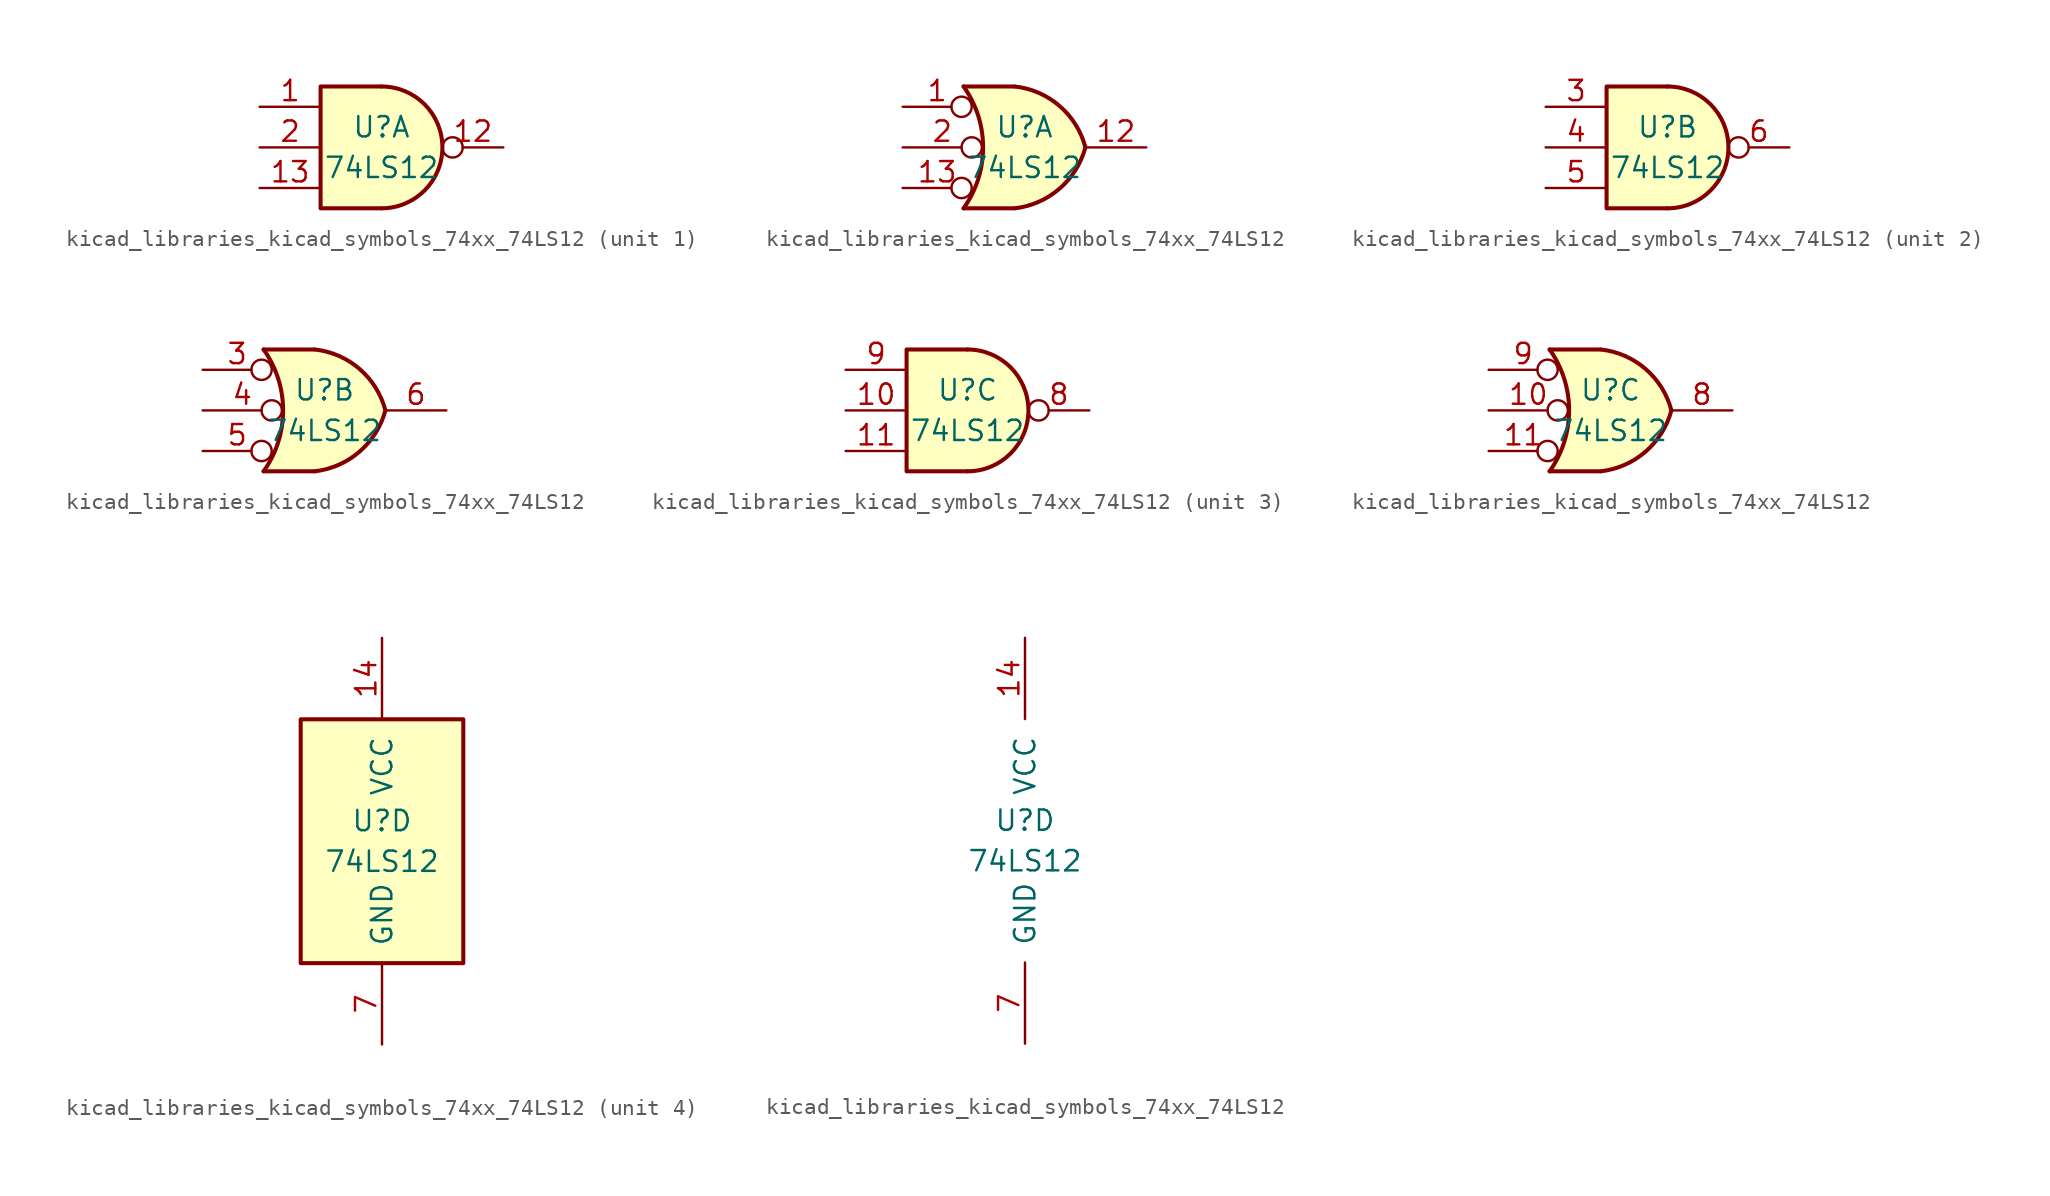
<source format=kicad_sym>
(kicad_symbol_lib
  (version 20220914)
  (generator kicad_symbol_editor)
  (symbol "kicad_libraries_kicad_symbols_74xx_74LS12"
    (pin_names
      (offset 1.016))
    (property "Reference" "U"
      (at 0 1.27 0)
      (effects (font (size 1.27 1.27))))
    (property "Value" "74LS12"
      (at 0 -1.27 0)
      (effects (font (size 1.27 1.27))))
    (property "ki_locked" ""
      (at 0 0 0)
      (effects (font (size 1.27 1.27))))
    (symbol "kicad_libraries_kicad_symbols_74xx_74LS12_1_1"
      (arc (start 0 -3.81) (mid 3.7934 0) (end 0 3.81) (stroke (width 0.254) (type default)) (fill (type background)))
      (polyline (pts (xy 0 3.81) (xy -3.81 3.81) (xy -3.81 -3.81) (xy 0 -3.81)) (stroke (width 0.254) (type default)) (fill (type background)))
      (pin input line (at -7.62 2.54 0) (length 3.81) (name "~" (effects (font (size 1.27 1.27)))) (number "1" (effects (font (size 1.27 1.27)))))
      (pin open_collector inverted (at 7.62 0 180) (length 3.81) (name "~" (effects (font (size 1.27 1.27)))) (number "12" (effects (font (size 1.27 1.27)))))
      (pin input line (at -7.62 -2.54 0) (length 3.81) (name "~" (effects (font (size 1.27 1.27)))) (number "13" (effects (font (size 1.27 1.27)))))
      (pin input line (at -7.62 0 0) (length 3.81) (name "~" (effects (font (size 1.27 1.27)))) (number "2" (effects (font (size 1.27 1.27))))))
    (symbol "kicad_libraries_kicad_symbols_74xx_74LS12_1_2"
      (arc (start -3.81 -3.81) (mid -2.589 0) (end -3.81 3.81) (stroke (width 0.254) (type default)) (fill (type none)))
      (arc (start -0.6096 -3.81) (mid 2.1842 -2.5851) (end 3.81 0) (stroke (width 0.254) (type default)) (fill (type background)))
      (polyline (pts (xy -3.81 -3.81) (xy -0.635 -3.81)) (stroke (width 0.254) (type default)) (fill (type background)))
      (polyline (pts (xy -3.81 3.81) (xy -0.635 3.81)) (stroke (width 0.254) (type default)) (fill (type background)))
      (polyline (pts (xy -0.635 3.81) (xy -3.81 3.81) (xy -3.81 3.81) (xy -3.556 3.404) (xy -3.023 2.261) (xy -2.692 1.041) (xy -2.616 -0.254) (xy -2.769 -1.499) (xy -3.175 -2.718) (xy -3.81 -3.81) (xy -3.81 -3.81) (xy -0.635 -3.81)) (stroke (width -25.4) (type default)) (fill (type background)))
      (arc (start 3.81 0) (mid 2.1915 2.5936) (end -0.6096 3.81) (stroke (width 0.254) (type default)) (fill (type background)))
      (pin input inverted (at -7.62 2.54 0) (length 4.318) (name "~" (effects (font (size 1.27 1.27)))) (number "1" (effects (font (size 1.27 1.27)))))
      (pin open_collector line (at 7.62 0 180) (length 3.81) (name "~" (effects (font (size 1.27 1.27)))) (number "12" (effects (font (size 1.27 1.27)))))
      (pin input inverted (at -7.62 -2.54 0) (length 4.318) (name "~" (effects (font (size 1.27 1.27)))) (number "13" (effects (font (size 1.27 1.27)))))
      (pin input inverted (at -7.62 0 0) (length 4.953) (name "~" (effects (font (size 1.27 1.27)))) (number "2" (effects (font (size 1.27 1.27))))))
    (symbol "kicad_libraries_kicad_symbols_74xx_74LS12_2_1"
      (arc (start 0 -3.81) (mid 3.7934 0) (end 0 3.81) (stroke (width 0.254) (type default)) (fill (type background)))
      (polyline (pts (xy 0 3.81) (xy -3.81 3.81) (xy -3.81 -3.81) (xy 0 -3.81)) (stroke (width 0.254) (type default)) (fill (type background)))
      (pin input line (at -7.62 2.54 0) (length 3.81) (name "~" (effects (font (size 1.27 1.27)))) (number "3" (effects (font (size 1.27 1.27)))))
      (pin input line (at -7.62 0 0) (length 3.81) (name "~" (effects (font (size 1.27 1.27)))) (number "4" (effects (font (size 1.27 1.27)))))
      (pin input line (at -7.62 -2.54 0) (length 3.81) (name "~" (effects (font (size 1.27 1.27)))) (number "5" (effects (font (size 1.27 1.27)))))
      (pin open_collector inverted (at 7.62 0 180) (length 3.81) (name "~" (effects (font (size 1.27 1.27)))) (number "6" (effects (font (size 1.27 1.27))))))
    (symbol "kicad_libraries_kicad_symbols_74xx_74LS12_2_2"
      (arc (start -3.81 -3.81) (mid -2.589 0) (end -3.81 3.81) (stroke (width 0.254) (type default)) (fill (type none)))
      (arc (start -0.6096 -3.81) (mid 2.1842 -2.5851) (end 3.81 0) (stroke (width 0.254) (type default)) (fill (type background)))
      (polyline (pts (xy -3.81 -3.81) (xy -0.635 -3.81)) (stroke (width 0.254) (type default)) (fill (type background)))
      (polyline (pts (xy -3.81 3.81) (xy -0.635 3.81)) (stroke (width 0.254) (type default)) (fill (type background)))
      (polyline (pts (xy -0.635 3.81) (xy -3.81 3.81) (xy -3.81 3.81) (xy -3.556 3.404) (xy -3.023 2.261) (xy -2.692 1.041) (xy -2.616 -0.254) (xy -2.769 -1.499) (xy -3.175 -2.718) (xy -3.81 -3.81) (xy -3.81 -3.81) (xy -0.635 -3.81)) (stroke (width -25.4) (type default)) (fill (type background)))
      (arc (start 3.81 0) (mid 2.1915 2.5936) (end -0.6096 3.81) (stroke (width 0.254) (type default)) (fill (type background)))
      (pin input inverted (at -7.62 2.54 0) (length 4.318) (name "~" (effects (font (size 1.27 1.27)))) (number "3" (effects (font (size 1.27 1.27)))))
      (pin input inverted (at -7.62 0 0) (length 4.953) (name "~" (effects (font (size 1.27 1.27)))) (number "4" (effects (font (size 1.27 1.27)))))
      (pin input inverted (at -7.62 -2.54 0) (length 4.318) (name "~" (effects (font (size 1.27 1.27)))) (number "5" (effects (font (size 1.27 1.27)))))
      (pin open_collector line (at 7.62 0 180) (length 3.81) (name "~" (effects (font (size 1.27 1.27)))) (number "6" (effects (font (size 1.27 1.27))))))
    (symbol "kicad_libraries_kicad_symbols_74xx_74LS12_3_1"
      (arc (start 0 -3.81) (mid 3.7934 0) (end 0 3.81) (stroke (width 0.254) (type default)) (fill (type background)))
      (polyline (pts (xy 0 3.81) (xy -3.81 3.81) (xy -3.81 -3.81) (xy 0 -3.81)) (stroke (width 0.254) (type default)) (fill (type background)))
      (pin input line (at -7.62 0 0) (length 3.81) (name "~" (effects (font (size 1.27 1.27)))) (number "10" (effects (font (size 1.27 1.27)))))
      (pin input line (at -7.62 -2.54 0) (length 3.81) (name "~" (effects (font (size 1.27 1.27)))) (number "11" (effects (font (size 1.27 1.27)))))
      (pin open_collector inverted (at 7.62 0 180) (length 3.81) (name "~" (effects (font (size 1.27 1.27)))) (number "8" (effects (font (size 1.27 1.27)))))
      (pin input line (at -7.62 2.54 0) (length 3.81) (name "~" (effects (font (size 1.27 1.27)))) (number "9" (effects (font (size 1.27 1.27))))))
    (symbol "kicad_libraries_kicad_symbols_74xx_74LS12_3_2"
      (arc (start -3.81 -3.81) (mid -2.589 0) (end -3.81 3.81) (stroke (width 0.254) (type default)) (fill (type none)))
      (arc (start -0.6096 -3.81) (mid 2.1842 -2.5851) (end 3.81 0) (stroke (width 0.254) (type default)) (fill (type background)))
      (polyline (pts (xy -3.81 -3.81) (xy -0.635 -3.81)) (stroke (width 0.254) (type default)) (fill (type background)))
      (polyline (pts (xy -3.81 3.81) (xy -0.635 3.81)) (stroke (width 0.254) (type default)) (fill (type background)))
      (polyline (pts (xy -0.635 3.81) (xy -3.81 3.81) (xy -3.81 3.81) (xy -3.556 3.404) (xy -3.023 2.261) (xy -2.692 1.041) (xy -2.616 -0.254) (xy -2.769 -1.499) (xy -3.175 -2.718) (xy -3.81 -3.81) (xy -3.81 -3.81) (xy -0.635 -3.81)) (stroke (width -25.4) (type default)) (fill (type background)))
      (arc (start 3.81 0) (mid 2.1915 2.5936) (end -0.6096 3.81) (stroke (width 0.254) (type default)) (fill (type background)))
      (pin input inverted (at -7.62 0 0) (length 4.953) (name "~" (effects (font (size 1.27 1.27)))) (number "10" (effects (font (size 1.27 1.27)))))
      (pin input inverted (at -7.62 -2.54 0) (length 4.318) (name "~" (effects (font (size 1.27 1.27)))) (number "11" (effects (font (size 1.27 1.27)))))
      (pin open_collector line (at 7.62 0 180) (length 3.81) (name "~" (effects (font (size 1.27 1.27)))) (number "8" (effects (font (size 1.27 1.27)))))
      (pin input inverted (at -7.62 2.54 0) (length 4.318) (name "~" (effects (font (size 1.27 1.27)))) (number "9" (effects (font (size 1.27 1.27))))))
    (symbol "kicad_libraries_kicad_symbols_74xx_74LS12_4_0"
      (pin power_in line (at 0 12.7 270) (length 5.08) (name "VCC" (effects (font (size 1.27 1.27)))) (number "14" (effects (font (size 1.27 1.27)))))
      (pin power_in line (at 0 -12.7 90) (length 5.08) (name "GND" (effects (font (size 1.27 1.27)))) (number "7" (effects (font (size 1.27 1.27))))))
    (symbol "kicad_libraries_kicad_symbols_74xx_74LS12_4_1"
      (rectangle (start -5.08 7.62) (end 5.08 -7.62) (stroke (width 0.254) (type default)) (fill (type background))))))
</source>
